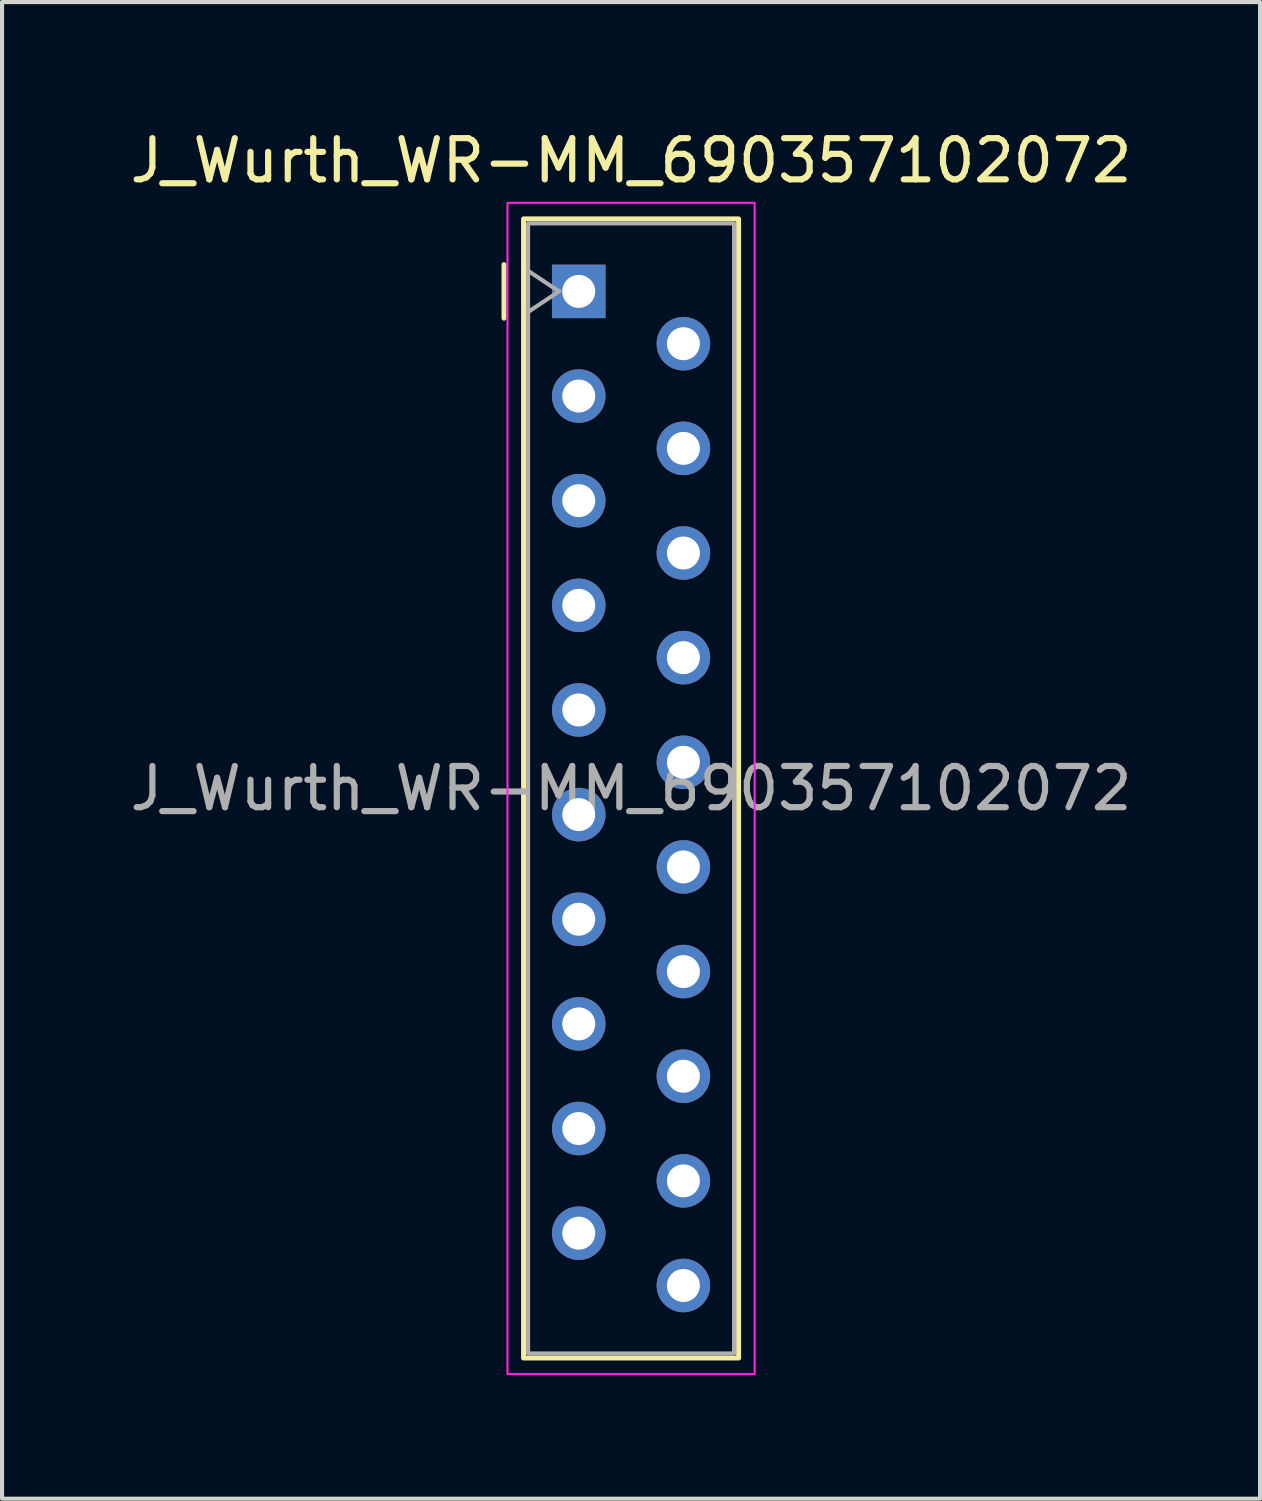
<source format=kicad_pcb>
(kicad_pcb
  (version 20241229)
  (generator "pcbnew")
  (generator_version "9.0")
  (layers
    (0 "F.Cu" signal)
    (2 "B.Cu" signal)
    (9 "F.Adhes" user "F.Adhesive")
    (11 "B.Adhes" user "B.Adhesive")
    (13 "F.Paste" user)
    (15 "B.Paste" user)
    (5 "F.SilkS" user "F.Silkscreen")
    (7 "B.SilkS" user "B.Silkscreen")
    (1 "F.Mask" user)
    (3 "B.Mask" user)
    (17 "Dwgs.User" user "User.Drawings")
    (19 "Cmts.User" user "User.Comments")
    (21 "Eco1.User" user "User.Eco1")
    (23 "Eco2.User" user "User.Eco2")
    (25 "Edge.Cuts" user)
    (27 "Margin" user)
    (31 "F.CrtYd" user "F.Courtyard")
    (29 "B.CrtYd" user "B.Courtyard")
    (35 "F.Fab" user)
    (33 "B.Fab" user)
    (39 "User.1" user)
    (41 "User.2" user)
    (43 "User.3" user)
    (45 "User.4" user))
  (footprint "J_Wurth_WR-MM_690357102072"
    (layer "F.Cu")
    (at 10.998 4.023)
    (property "Reference" "J_Wurth_WR-MM_690357102072" (at 1.27 -3.175 0) (unlocked yes) (layer "F.SilkS") (effects (font (size 1 1) (thickness 0.15))))
    (attr through_hole)
    (fp_line (start -1.815 -0.65) (end -1.815 0.65) (stroke (width 0.12) (type solid)) (layer "F.SilkS"))
    (fp_rect (start -1.34 -1.76) (end 3.88 25.89) (stroke (width 0.12) (type solid)) (fill no) (layer "F.SilkS"))
    (fp_rect (start -1.73 -2.15) (end 4.27 26.28) (stroke (width 0.05) (type solid)) (fill no) (layer "F.CrtYd"))
    (fp_line (start -0.48 0) (end -1.23 -0.5) (stroke (width 0.1) (type solid)) (layer "F.Fab"))
    (fp_line (start -0.48 0) (end -1.23 0.5) (stroke (width 0.1) (type solid)) (layer "F.Fab"))
    (fp_rect (start -1.23 -1.65) (end 3.77 25.78) (stroke (width 0.1) (type solid)) (fill no) (layer "F.Fab"))
    (fp_text user "${REFERENCE}" (at 1.27 12.065 0) (unlocked yes) (layer "F.Fab") (effects (font (size 1 1) (thickness 0.15))))
    (pad "1" thru_hole rect (at 0 0 90) (size 1.3 1.3) (drill 0.8) (layers "*.Cu" "*.Mask"))
    (pad "2" thru_hole circle (at 2.54 1.27 90) (size 1.3 1.3) (drill 0.8) (layers "*.Cu" "*.Mask"))
    (pad "3" thru_hole circle (at 0 2.54 90) (size 1.3 1.3) (drill 0.8) (layers "*.Cu" "*.Mask"))
    (pad "4" thru_hole circle (at 2.54 3.81 90) (size 1.3 1.3) (drill 0.8) (layers "*.Cu" "*.Mask"))
    (pad "5" thru_hole circle (at 0 5.08 90) (size 1.3 1.3) (drill 0.8) (layers "*.Cu" "*.Mask"))
    (pad "6" thru_hole circle (at 2.54 6.35 90) (size 1.3 1.3) (drill 0.8) (layers "*.Cu" "*.Mask"))
    (pad "7" thru_hole circle (at 0 7.62 90) (size 1.3 1.3) (drill 0.8) (layers "*.Cu" "*.Mask"))
    (pad "8" thru_hole circle (at 2.54 8.89 90) (size 1.3 1.3) (drill 0.8) (layers "*.Cu" "*.Mask"))
    (pad "9" thru_hole circle (at 0 10.16 90) (size 1.3 1.3) (drill 0.8) (layers "*.Cu" "*.Mask"))
    (pad "10" thru_hole circle (at 2.54 11.43 90) (size 1.3 1.3) (drill 0.8) (layers "*.Cu" "*.Mask"))
    (pad "11" thru_hole circle (at 0 12.7 90) (size 1.3 1.3) (drill 0.8) (layers "*.Cu" "*.Mask"))
    (pad "12" thru_hole circle (at 2.54 13.97 90) (size 1.3 1.3) (drill 0.8) (layers "*.Cu" "*.Mask"))
    (pad "13" thru_hole circle (at 0 15.24 90) (size 1.3 1.3) (drill 0.8) (layers "*.Cu" "*.Mask"))
    (pad "14" thru_hole circle (at 2.54 16.51 90) (size 1.3 1.3) (drill 0.8) (layers "*.Cu" "*.Mask"))
    (pad "15" thru_hole circle (at 0 17.78 90) (size 1.3 1.3) (drill 0.8) (layers "*.Cu" "*.Mask"))
    (pad "16" thru_hole circle (at 2.54 19.05 90) (size 1.3 1.3) (drill 0.8) (layers "*.Cu" "*.Mask"))
    (pad "17" thru_hole circle (at 0 20.32 90) (size 1.3 1.3) (drill 0.8) (layers "*.Cu" "*.Mask"))
    (pad "18" thru_hole circle (at 2.54 21.59 90) (size 1.3 1.3) (drill 0.8) (layers "*.Cu" "*.Mask"))
    (pad "19" thru_hole circle (at 0 22.86 90) (size 1.3 1.3) (drill 0.8) (layers "*.Cu" "*.Mask"))
    (pad "20" thru_hole circle (at 2.54 24.13 90) (size 1.3 1.3) (drill 0.8) (layers "*.Cu" "*.Mask")))
  (gr_rect
    (start -3 -3)
    (end 27.536 33.328)
    (stroke (width 0.1) (type default))
    (fill no)
    (layer "Edge.Cuts")))
</source>
